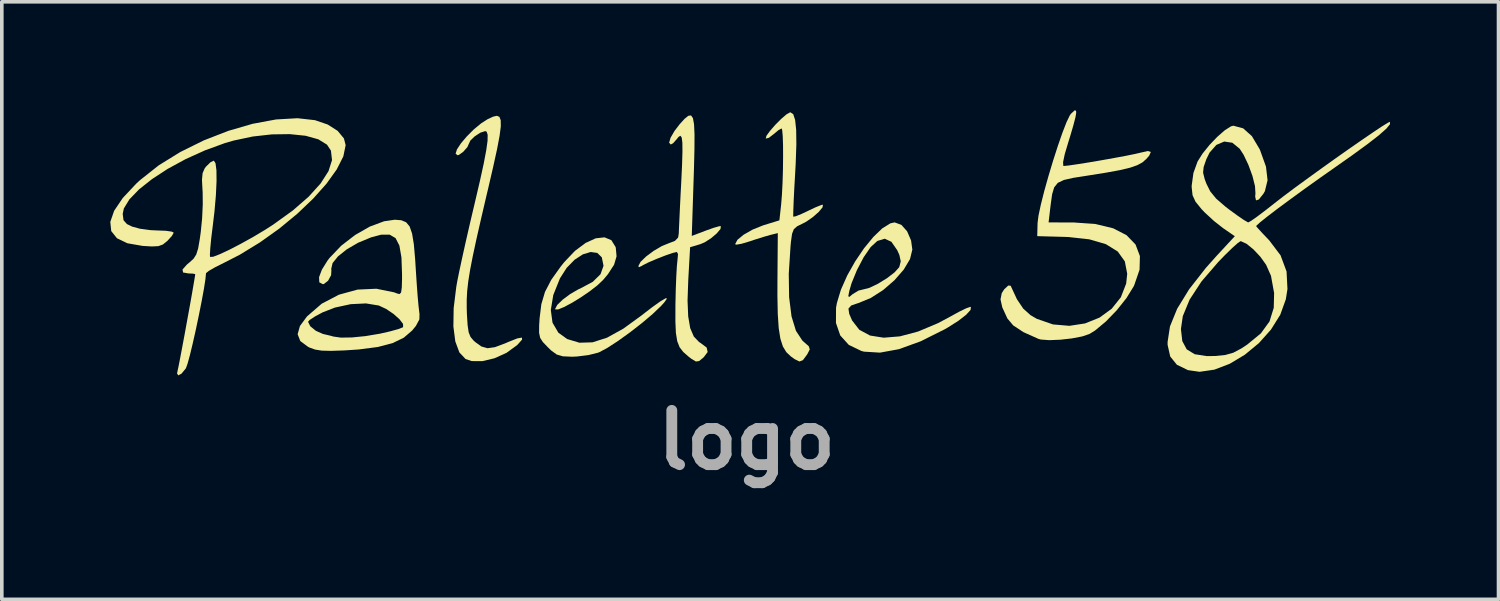
<source format=kicad_pcb>
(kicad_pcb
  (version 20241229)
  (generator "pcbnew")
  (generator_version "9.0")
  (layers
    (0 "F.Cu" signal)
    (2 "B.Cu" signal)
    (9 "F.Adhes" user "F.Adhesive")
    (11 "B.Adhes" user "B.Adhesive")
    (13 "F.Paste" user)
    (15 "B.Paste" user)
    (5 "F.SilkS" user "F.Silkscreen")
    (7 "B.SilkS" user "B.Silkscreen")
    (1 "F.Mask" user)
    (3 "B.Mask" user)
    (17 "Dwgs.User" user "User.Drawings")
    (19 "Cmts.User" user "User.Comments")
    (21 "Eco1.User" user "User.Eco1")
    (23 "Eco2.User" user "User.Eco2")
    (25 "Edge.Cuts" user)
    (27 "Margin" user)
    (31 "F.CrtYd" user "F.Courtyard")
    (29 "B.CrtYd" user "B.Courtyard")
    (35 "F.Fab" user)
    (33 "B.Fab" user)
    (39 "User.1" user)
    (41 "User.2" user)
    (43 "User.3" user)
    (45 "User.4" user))
  (footprint "logo"
    (layer "F.Cu")
    (at 17.648 3.62)
    (property "Reference" "logo" (at -0.05 5.5 0) (layer "F.Fab") (effects (font (size 1.5 1.5) (thickness 0.3))))
    (attr board_only exclude_from_pos_files exclude_from_bom)
    (fp_poly (pts (xy -6.889 -3.44) (xy -6.852 -3.346) (xy -6.85 -3.173) (xy -6.884 -2.91) (xy -6.954 -2.542) (xy -7.06 -2.059) (xy -7.202 -1.446) (xy -7.237 -1.3) (xy -7.398 -0.609) (xy -7.527 -0.042) (xy -7.626 0.419) (xy -7.699 0.796) (xy -7.749 1.107) (xy -7.779 1.373) (xy -7.792 1.613) (xy -7.792 1.847) (xy -7.787 2.014) (xy -7.768 2.319) (xy -7.739 2.517) (xy -7.688 2.646) (xy -7.601 2.749) (xy -7.552 2.792) (xy -7.382 2.913) (xy -7.216 2.959) (xy -7.012 2.93) (xy -6.731 2.825) (xy -6.649 2.789) (xy -6.395 2.688) (xy -6.266 2.665) (xy -6.261 2.72) (xy -6.381 2.855) (xy -6.406 2.879) (xy -6.691 3.086) (xy -7.022 3.236) (xy -7.357 3.316) (xy -7.655 3.315) (xy -7.824 3.258) (xy -7.995 3.076) (xy -8.108 2.771) (xy -8.161 2.357) (xy -8.153 1.85) (xy -8.081 1.263) (xy -8.053 1.104) (xy -7.999 0.837) (xy -7.918 0.46) (xy -7.817 0.006) (xy -7.703 -0.491) (xy -7.584 -0.997) (xy -7.57 -1.055) (xy -7.427 -1.668) (xy -7.321 -2.152) (xy -7.252 -2.517) (xy -7.216 -2.776) (xy -7.213 -2.942) (xy -7.24 -3.027) (xy -7.281 -3.045) (xy -7.416 -3.001) (xy -7.572 -2.899) (xy -7.692 -2.783) (xy -7.724 -2.714) (xy -7.775 -2.601) (xy -7.89 -2.471) (xy -8.011 -2.385) (xy -8.045 -2.377) (xy -8.1 -2.421) (xy -8.062 -2.539) (xy -7.952 -2.706) (xy -7.79 -2.898) (xy -7.597 -3.091) (xy -7.391 -3.261) (xy -7.211 -3.376) (xy -7.069 -3.442) (xy -6.961 -3.468)) (stroke (width 0) (type solid)) (fill yes) (layer "F.SilkS"))
    (fp_poly (pts (xy 4.227 -0.452) (xy 4.386 -0.273) (xy 4.495 -0.021) (xy 4.53 0.231) (xy 4.466 0.493) (xy 4.292 0.785) (xy 4.035 1.08) (xy 3.723 1.35) (xy 3.382 1.569) (xy 3.04 1.71) (xy 3.03 1.712) (xy 2.841 1.777) (xy 2.763 1.864) (xy 2.785 2.009) (xy 2.865 2.193) (xy 3.064 2.449) (xy 3.359 2.608) (xy 3.738 2.668) (xy 4.187 2.631) (xy 4.693 2.496) (xy 5.242 2.265) (xy 5.575 2.087) (xy 5.824 1.95) (xy 6.022 1.854) (xy 6.136 1.815) (xy 6.149 1.817) (xy 6.14 1.901) (xy 6.017 2.035) (xy 5.8 2.203) (xy 5.508 2.388) (xy 5.428 2.434) (xy 4.755 2.77) (xy 4.156 2.986) (xy 3.635 3.081) (xy 3.194 3.054) (xy 3.119 3.034) (xy 2.773 2.867) (xy 2.537 2.606) (xy 2.418 2.261) (xy 2.42 1.842) (xy 2.444 1.709) (xy 2.501 1.519) (xy 2.759 1.519) (xy 2.785 1.542) (xy 2.878 1.465) (xy 3.042 1.365) (xy 3.162 1.336) (xy 3.34 1.291) (xy 3.576 1.178) (xy 3.824 1.026) (xy 4.036 0.864) (xy 4.163 0.724) (xy 4.171 0.709) (xy 4.21 0.554) (xy 4.17 0.377) (xy 4.112 0.248) (xy 3.951 0.016) (xy 3.766 -0.069) (xy 3.562 -0.007) (xy 3.377 0.163) (xy 3.186 0.44) (xy 2.999 0.796) (xy 2.849 1.162) (xy 2.788 1.372) (xy 2.759 1.519) (xy 2.501 1.519) (xy 2.556 1.339) (xy 2.73 0.947) (xy 2.95 0.557) (xy 3.196 0.194) (xy 3.453 -0.119) (xy 3.701 -0.357) (xy 3.925 -0.495) (xy 4.042 -0.52)) (stroke (width 0) (type solid)) (fill yes) (layer "F.SilkS"))
    (fp_poly (pts (xy -3.793 -0.029) (xy -3.677 0.158) (xy -3.67 0.183) (xy -3.649 0.418) (xy -3.717 0.65) (xy -3.889 0.914) (xy -4.019 1.069) (xy -4.176 1.218) (xy -4.391 1.385) (xy -4.635 1.552) (xy -4.881 1.703) (xy -5.1 1.82) (xy -5.263 1.886) (xy -5.344 1.885) (xy -5.347 1.872) (xy -5.288 1.761) (xy -5.136 1.614) (xy -4.93 1.461) (xy -4.71 1.333) (xy -4.643 1.303) (xy -4.307 1.123) (xy -4.092 0.912) (xy -4.011 0.685) (xy -4.011 0.67) (xy -4.057 0.445) (xy -4.182 0.324) (xy -4.363 0.298) (xy -4.58 0.363) (xy -4.808 0.511) (xy -5.028 0.736) (xy -5.214 1.027) (xy -5.399 1.489) (xy -5.467 1.902) (xy -5.42 2.253) (xy -5.258 2.53) (xy -5.015 2.705) (xy -4.676 2.807) (xy -4.313 2.796) (xy -3.913 2.668) (xy -3.463 2.419) (xy -2.985 2.072) (xy -2.661 1.823) (xy -2.428 1.657) (xy -2.29 1.577) (xy -2.254 1.585) (xy -2.323 1.685) (xy -2.418 1.79) (xy -2.651 2.013) (xy -2.948 2.264) (xy -3.277 2.52) (xy -3.605 2.756) (xy -3.897 2.946) (xy -4.122 3.067) (xy -4.162 3.083) (xy -4.428 3.149) (xy -4.743 3.188) (xy -4.881 3.194) (xy -5.134 3.183) (xy -5.304 3.133) (xy -5.46 3.019) (xy -5.55 2.931) (xy -5.685 2.79) (xy -5.761 2.674) (xy -5.791 2.533) (xy -5.789 2.322) (xy -5.777 2.133) (xy -5.729 1.742) (xy -5.628 1.402) (xy -5.455 1.068) (xy -5.191 0.698) (xy -5.095 0.578) (xy -4.8 0.268) (xy -4.504 0.047) (xy -4.225 -0.08) (xy -3.982 -0.107)) (stroke (width 0) (type solid)) (fill yes) (layer "F.SilkS"))
    (fp_poly (pts (xy -1.537 -3.403) (xy -1.506 -3.232) (xy -1.493 -2.951) (xy -1.495 -2.55) (xy -1.508 -2.018) (xy -1.516 -1.77) (xy -1.569 -0.146) (xy -1.179 -0.294) (xy -0.962 -0.371) (xy -0.811 -0.414) (xy -0.765 -0.418) (xy -0.775 -0.338) (xy -0.878 -0.216) (xy -1.036 -0.082) (xy -1.213 0.031) (xy -1.331 0.081) (xy -1.615 0.166) (xy -1.666 1.071) (xy -1.686 1.639) (xy -1.668 2.078) (xy -1.612 2.405) (xy -1.512 2.637) (xy -1.367 2.788) (xy -1.326 2.814) (xy -1.157 2.941) (xy -1.13 3.064) (xy -1.239 3.209) (xy -1.25 3.219) (xy -1.366 3.314) (xy -1.456 3.326) (xy -1.578 3.253) (xy -1.662 3.188) (xy -1.805 3.063) (xy -1.906 2.931) (xy -1.971 2.765) (xy -2.008 2.537) (xy -2.022 2.22) (xy -2.021 1.787) (xy -2.02 1.708) (xy -2.011 1.319) (xy -1.997 0.967) (xy -1.981 0.688) (xy -1.964 0.517) (xy -1.962 0.501) (xy -1.95 0.355) (xy -1.981 0.297) (xy -2.098 0.325) (xy -2.3 0.395) (xy -2.538 0.488) (xy -2.76 0.583) (xy -2.917 0.661) (xy -2.952 0.684) (xy -3.033 0.72) (xy -3.045 0.685) (xy -2.985 0.571) (xy -2.83 0.421) (xy -2.621 0.266) (xy -2.396 0.134) (xy -2.229 0.066) (xy -2.034 -0.009) (xy -1.946 -0.102) (xy -1.928 -0.216) (xy -1.923 -0.355) (xy -1.911 -0.611) (xy -1.895 -0.955) (xy -1.875 -1.356) (xy -1.862 -1.596) (xy -1.838 -2.101) (xy -1.827 -2.472) (xy -1.829 -2.723) (xy -1.847 -2.866) (xy -1.881 -2.916) (xy -1.933 -2.887) (xy -1.982 -2.826) (xy -2.085 -2.709) (xy -2.151 -2.674) (xy -2.195 -2.725) (xy -2.156 -2.86) (xy -2.047 -3.048) (xy -1.9 -3.24) (xy -1.767 -3.385) (xy -1.665 -3.468) (xy -1.589 -3.478)) (stroke (width 0) (type solid)) (fill yes) (layer "F.SilkS"))
    (fp_poly (pts (xy 1.236 -3.513) (xy 1.289 -3.353) (xy 1.318 -3.076) (xy 1.323 -2.673) (xy 1.304 -2.135) (xy 1.289 -1.863) (xy 1.266 -1.465) (xy 1.249 -1.122) (xy 1.239 -0.861) (xy 1.236 -0.707) (xy 1.239 -0.677) (xy 1.31 -0.691) (xy 1.474 -0.758) (xy 1.648 -0.84) (xy 1.859 -0.94) (xy 2.01 -1.001) (xy 2.059 -1.01) (xy 2.045 -0.934) (xy 1.94 -0.808) (xy 1.779 -0.667) (xy 1.598 -0.541) (xy 1.501 -0.49) (xy 1.345 -0.413) (xy 1.253 -0.332) (xy 1.204 -0.205) (xy 1.174 0.011) (xy 1.162 0.137) (xy 1.113 0.901) (xy 1.123 1.55) (xy 1.189 2.078) (xy 1.312 2.479) (xy 1.49 2.749) (xy 1.534 2.788) (xy 1.666 2.904) (xy 1.694 2.992) (xy 1.63 3.116) (xy 1.61 3.147) (xy 1.503 3.29) (xy 1.408 3.326) (xy 1.275 3.261) (xy 1.171 3.186) (xy 1.045 3.067) (xy 0.95 2.91) (xy 0.881 2.695) (xy 0.835 2.403) (xy 0.809 2.014) (xy 0.799 1.509) (xy 0.8 1.095) (xy 0.81 -0.224) (xy 0.609 -0.175) (xy 0.423 -0.122) (xy 0.169 -0.042) (xy 0.019 0.008) (xy -0.193 0.071) (xy -0.335 0.095) (xy -0.371 0.083) (xy -0.306 -0.039) (xy -0.133 -0.181) (xy 0.113 -0.321) (xy 0.398 -0.436) (xy 0.419 -0.443) (xy 0.854 -0.577) (xy 0.902 -1.012) (xy 0.924 -1.283) (xy 0.941 -1.613) (xy 0.952 -1.971) (xy 0.956 -2.326) (xy 0.955 -2.649) (xy 0.946 -2.908) (xy 0.931 -3.074) (xy 0.915 -3.119) (xy 0.83 -3.073) (xy 0.697 -2.962) (xy 0.692 -2.958) (xy 0.562 -2.859) (xy 0.479 -2.839) (xy 0.476 -2.841) (xy 0.496 -2.915) (xy 0.596 -3.053) (xy 0.743 -3.221) (xy 0.907 -3.385) (xy 1.054 -3.511) (xy 1.153 -3.565) (xy 1.157 -3.565)) (stroke (width 0) (type solid)) (fill yes) (layer "F.SilkS"))
    (fp_poly (pts (xy -9.602 -0.58) (xy -9.468 -0.524) (xy -9.371 -0.408) (xy -9.303 -0.211) (xy -9.254 0.086) (xy -9.218 0.502) (xy -9.202 0.759) (xy -9.176 1.156) (xy -9.15 1.514) (xy -9.124 1.798) (xy -9.103 1.977) (xy -9.098 2.005) (xy -9.102 2.164) (xy -9.198 2.343) (xy -9.3 2.468) (xy -9.531 2.667) (xy -9.842 2.818) (xy -10.25 2.925) (xy -10.774 2.993) (xy -11.177 3.02) (xy -11.544 3.032) (xy -11.8 3.026) (xy -11.985 2.996) (xy -12.138 2.941) (xy -12.18 2.92) (xy -12.394 2.761) (xy -12.468 2.572) (xy -12.404 2.345) (xy -12.318 2.228) (xy -12.18 2.228) (xy -12.117 2.353) (xy -11.963 2.478) (xy -11.769 2.564) (xy -11.748 2.569) (xy -11.573 2.61) (xy -11.475 2.637) (xy -11.27 2.666) (xy -10.962 2.661) (xy -10.591 2.624) (xy -10.198 2.558) (xy -10.19 2.557) (xy -9.911 2.493) (xy -9.687 2.431) (xy -9.561 2.382) (xy -9.551 2.374) (xy -9.553 2.287) (xy -9.653 2.156) (xy -9.819 2.009) (xy -10.019 1.874) (xy -10.221 1.779) (xy -10.225 1.778) (xy -10.579 1.72) (xy -11.001 1.741) (xy -11.436 1.835) (xy -11.776 1.967) (xy -11.989 2.081) (xy -12.136 2.178) (xy -12.18 2.228) (xy -12.318 2.228) (xy -12.208 2.079) (xy -11.802 1.728) (xy -11.326 1.479) (xy -10.812 1.338) (xy -10.291 1.314) (xy -9.795 1.415) (xy -9.711 1.448) (xy -9.646 1.461) (xy -9.607 1.416) (xy -9.588 1.287) (xy -9.581 1.048) (xy -9.581 0.91) (xy -9.597 0.449) (xy -9.654 0.121) (xy -9.76 -0.086) (xy -9.926 -0.182) (xy -10.163 -0.18) (xy -10.438 -0.106) (xy -10.795 0.042) (xy -11.106 0.223) (xy -11.35 0.417) (xy -11.502 0.606) (xy -11.54 0.771) (xy -11.534 0.794) (xy -11.542 0.939) (xy -11.625 1.091) (xy -11.741 1.183) (xy -11.774 1.188) (xy -11.869 1.136) (xy -11.875 0.993) (xy -11.797 0.786) (xy -11.643 0.538) (xy -11.586 0.463) (xy -11.263 0.125) (xy -10.88 -0.171) (xy -10.473 -0.404) (xy -10.078 -0.551) (xy -9.78 -0.594)) (stroke (width 0) (type solid)) (fill yes) (layer "F.SilkS"))
    (fp_poly (pts (xy 9.057 -3.607) (xy 9.061 -3.544) (xy 9.039 -3.42) (xy 8.98 -3.194) (xy 8.895 -2.905) (xy 8.846 -2.748) (xy 8.745 -2.409) (xy 8.698 -2.185) (xy 8.705 -2.084) (xy 8.716 -2.08) (xy 8.847 -2.093) (xy 9.089 -2.128) (xy 9.404 -2.178) (xy 9.758 -2.238) (xy 10.115 -2.302) (xy 10.439 -2.362) (xy 10.693 -2.414) (xy 10.838 -2.448) (xy 11.046 -2.494) (xy 11.125 -2.468) (xy 11.08 -2.366) (xy 10.998 -2.272) (xy 10.892 -2.179) (xy 10.75 -2.102) (xy 10.551 -2.033) (xy 10.271 -1.966) (xy 9.889 -1.896) (xy 9.382 -1.815) (xy 9.37 -1.813) (xy 8.986 -1.753) (xy 8.722 -1.694) (xy 8.553 -1.614) (xy 8.453 -1.49) (xy 8.396 -1.301) (xy 8.357 -1.023) (xy 8.345 -0.924) (xy 8.298 -0.52) (xy 8.995 -0.518) (xy 9.596 -0.475) (xy 10.084 -0.357) (xy 10.454 -0.166) (xy 10.702 0.091) (xy 10.823 0.411) (xy 10.813 0.788) (xy 10.666 1.216) (xy 10.647 1.255) (xy 10.451 1.573) (xy 10.183 1.909) (xy 9.882 2.22) (xy 9.587 2.466) (xy 9.43 2.564) (xy 9.227 2.633) (xy 8.94 2.688) (xy 8.619 2.724) (xy 8.316 2.736) (xy 8.085 2.719) (xy 8.021 2.702) (xy 7.603 2.515) (xy 7.32 2.329) (xy 7.158 2.136) (xy 7.156 2.132) (xy 7.017 1.829) (xy 6.968 1.608) (xy 7.003 1.435) (xy 7.07 1.331) (xy 7.182 1.226) (xy 7.248 1.231) (xy 7.25 1.234) (xy 7.422 1.604) (xy 7.595 1.862) (xy 7.795 2.043) (xy 7.971 2.146) (xy 8.419 2.301) (xy 8.873 2.34) (xy 9.309 2.273) (xy 9.707 2.112) (xy 10.043 1.867) (xy 10.296 1.55) (xy 10.443 1.172) (xy 10.472 0.901) (xy 10.406 0.558) (xy 10.21 0.285) (xy 9.882 0.082) (xy 9.424 -0.052) (xy 8.834 -0.116) (xy 8.727 -0.12) (xy 7.984 -0.14) (xy 7.993 -0.504) (xy 8.019 -0.71) (xy 8.084 -1.014) (xy 8.178 -1.387) (xy 8.294 -1.8) (xy 8.422 -2.226) (xy 8.554 -2.635) (xy 8.68 -2.999) (xy 8.793 -3.29) (xy 8.884 -3.479) (xy 8.918 -3.526) (xy 9.02 -3.62)) (stroke (width 0) (type solid)) (fill yes) (layer "F.SilkS"))
    (fp_poly (pts (xy -11.989 -3.347) (xy -11.637 -3.227) (xy -11.362 -3.052) (xy -11.188 -2.842) (xy -11.14 -2.657) (xy -11.204 -2.346) (xy -11.386 -1.986) (xy -11.67 -1.59) (xy -12.04 -1.176) (xy -12.48 -0.757) (xy -12.975 -0.349) (xy -13.509 0.032) (xy -14.065 0.372) (xy -14.515 0.603) (xy -14.753 0.722) (xy -14.926 0.822) (xy -15.002 0.884) (xy -15.002 0.888) (xy -15.018 1.053) (xy -15.06 1.322) (xy -15.123 1.664) (xy -15.199 2.047) (xy -15.282 2.442) (xy -15.366 2.816) (xy -15.444 3.14) (xy -15.51 3.382) (xy -15.557 3.513) (xy -15.56 3.518) (xy -15.678 3.661) (xy -15.767 3.71) (xy -15.802 3.657) (xy -15.786 3.576) (xy -15.764 3.477) (xy -15.722 3.262) (xy -15.665 2.962) (xy -15.598 2.605) (xy -15.528 2.22) (xy -15.458 1.837) (xy -15.395 1.485) (xy -15.345 1.194) (xy -15.311 0.992) (xy -15.299 0.91) (xy -15.363 0.896) (xy -15.485 0.891) (xy -15.636 0.865) (xy -15.651 0.783) (xy -15.53 0.646) (xy -15.452 0.581) (xy -15.345 0.483) (xy -15.272 0.369) (xy -15.219 0.201) (xy -15.174 -0.058) (xy -15.146 -0.259) (xy -15.109 -0.633) (xy -15.091 -1.022) (xy -15.094 -1.354) (xy -15.098 -1.41) (xy -15.113 -1.695) (xy -15.096 -1.881) (xy -15.039 -2.012) (xy -15.003 -2.061) (xy -14.879 -2.182) (xy -14.786 -2.228) (xy -14.739 -2.158) (xy -14.713 -1.962) (xy -14.71 -1.661) (xy -14.728 -1.275) (xy -14.767 -0.825) (xy -14.816 -0.413) (xy -14.857 -0.082) (xy -14.883 0.19) (xy -14.894 0.374) (xy -14.888 0.436) (xy -14.8 0.429) (xy -14.612 0.356) (xy -14.349 0.233) (xy -14.038 0.071) (xy -13.704 -0.114) (xy -13.374 -0.311) (xy -13.146 -0.457) (xy -12.603 -0.848) (xy -12.163 -1.231) (xy -11.832 -1.597) (xy -11.614 -1.938) (xy -11.517 -2.243) (xy -11.547 -2.505) (xy -11.656 -2.67) (xy -11.896 -2.818) (xy -12.248 -2.916) (xy -12.686 -2.961) (xy -13.182 -2.954) (xy -13.71 -2.895) (xy -14.243 -2.782) (xy -14.482 -2.712) (xy -15.036 -2.51) (xy -15.567 -2.269) (xy -16.06 -2.001) (xy -16.494 -1.718) (xy -16.853 -1.433) (xy -17.119 -1.158) (xy -17.273 -0.907) (xy -17.305 -0.755) (xy -17.283 -0.581) (xy -17.188 -0.474) (xy -17.047 -0.405) (xy -16.827 -0.345) (xy -16.536 -0.306) (xy -16.342 -0.297) (xy -16.106 -0.288) (xy -15.944 -0.264) (xy -15.894 -0.236) (xy -15.943 -0.148) (xy -16.063 -0.016) (xy -16.077 -0.003) (xy -16.192 0.09) (xy -16.317 0.136) (xy -16.498 0.145) (xy -16.754 0.13) (xy -17.175 0.057) (xy -17.464 -0.082) (xy -17.622 -0.28) (xy -17.648 -0.535) (xy -17.542 -0.841) (xy -17.304 -1.194) (xy -16.933 -1.59) (xy -16.828 -1.687) (xy -16.31 -2.097) (xy -15.712 -2.467) (xy -15.062 -2.788) (xy -14.386 -3.051) (xy -13.711 -3.247) (xy -13.064 -3.367) (xy -12.472 -3.401)) (stroke (width 0) (type solid)) (fill yes) (layer "F.SilkS"))
    (fp_poly (pts (xy 17.737 -3.234) (xy 17.638 -3.113) (xy 17.434 -2.932) (xy 17.12 -2.688) (xy 16.691 -2.375) (xy 16.257 -2.07) (xy 15.809 -1.755) (xy 15.377 -1.447) (xy 14.979 -1.157) (xy 14.63 -0.899) (xy 14.347 -0.683) (xy 14.147 -0.523) (xy 14.046 -0.431) (xy 14.037 -0.416) (xy 14.084 -0.359) (xy 14.209 -0.223) (xy 14.385 -0.038) (xy 14.401 -0.021) (xy 14.712 0.39) (xy 14.878 0.836) (xy 14.903 1.323) (xy 14.858 1.606) (xy 14.703 2.035) (xy 14.447 2.444) (xy 14.113 2.818) (xy 13.725 3.138) (xy 13.307 3.389) (xy 12.882 3.552) (xy 12.473 3.611) (xy 12.152 3.565) (xy 11.844 3.415) (xy 11.661 3.188) (xy 11.589 2.868) (xy 11.588 2.791) (xy 11.643 2.429) (xy 11.957 2.429) (xy 11.995 2.762) (xy 12.117 2.99) (xy 12.338 3.125) (xy 12.67 3.177) (xy 12.902 3.174) (xy 13.183 3.146) (xy 13.404 3.084) (xy 13.634 2.962) (xy 13.793 2.856) (xy 14.168 2.548) (xy 14.407 2.218) (xy 14.524 1.841) (xy 14.534 1.433) (xy 14.448 0.958) (xy 14.313 0.653) (xy 14.155 0.432) (xy 13.962 0.226) (xy 13.771 0.071) (xy 13.619 0.001) (xy 13.604 0) (xy 13.528 0.051) (xy 13.375 0.188) (xy 13.169 0.389) (xy 12.988 0.576) (xy 12.525 1.114) (xy 12.198 1.614) (xy 12.009 2.072) (xy 11.957 2.429) (xy 11.643 2.429) (xy 11.655 2.354) (xy 11.853 1.868) (xy 12.184 1.329) (xy 12.649 0.735) (xy 12.953 0.395) (xy 13.447 -0.138) (xy 13.125 -0.36) (xy 12.875 -0.556) (xy 12.619 -0.791) (xy 12.529 -0.885) (xy 12.361 -1.092) (xy 12.279 -1.27) (xy 12.255 -1.485) (xy 12.254 -1.533) (xy 12.303 -1.888) (xy 12.418 -2.205) (xy 12.555 -2.423) (xy 12.746 -2.66) (xy 12.961 -2.885) (xy 13.169 -3.067) (xy 13.34 -3.176) (xy 13.406 -3.194) (xy 13.677 -3.122) (xy 13.919 -2.906) (xy 14.133 -2.546) (xy 14.146 -2.517) (xy 14.309 -2.062) (xy 14.353 -1.687) (xy 14.279 -1.384) (xy 14.238 -1.313) (xy 14.112 -1.154) (xy 14.033 -1.129) (xy 14.01 -1.237) (xy 14.018 -1.319) (xy 14.005 -1.525) (xy 13.934 -1.807) (xy 13.822 -2.113) (xy 13.689 -2.392) (xy 13.583 -2.556) (xy 13.379 -2.723) (xy 13.155 -2.756) (xy 12.937 -2.663) (xy 12.749 -2.45) (xy 12.659 -2.266) (xy 12.585 -2.051) (xy 12.57 -1.895) (xy 12.613 -1.721) (xy 12.66 -1.594) (xy 12.768 -1.377) (xy 12.931 -1.178) (xy 13.184 -0.959) (xy 13.275 -0.888) (xy 13.507 -0.718) (xy 13.695 -0.589) (xy 13.807 -0.524) (xy 13.821 -0.52) (xy 13.899 -0.564) (xy 14.067 -0.682) (xy 14.299 -0.857) (xy 14.538 -1.045) (xy 14.778 -1.231) (xy 15.084 -1.461) (xy 15.439 -1.72) (xy 15.822 -1.997) (xy 16.215 -2.278) (xy 16.6 -2.549) (xy 16.957 -2.797) (xy 17.269 -3.01) (xy 17.515 -3.174) (xy 17.679 -3.275) (xy 17.739 -3.302)) (stroke (width 0) (type solid)) (fill yes) (layer "F.SilkS")))
  (gr_rect
    (start -3 -3)
    (end 38.387 13.524)
    (stroke (width 0.1) (type default))
    (fill no)
    (layer "Edge.Cuts")))
</source>
